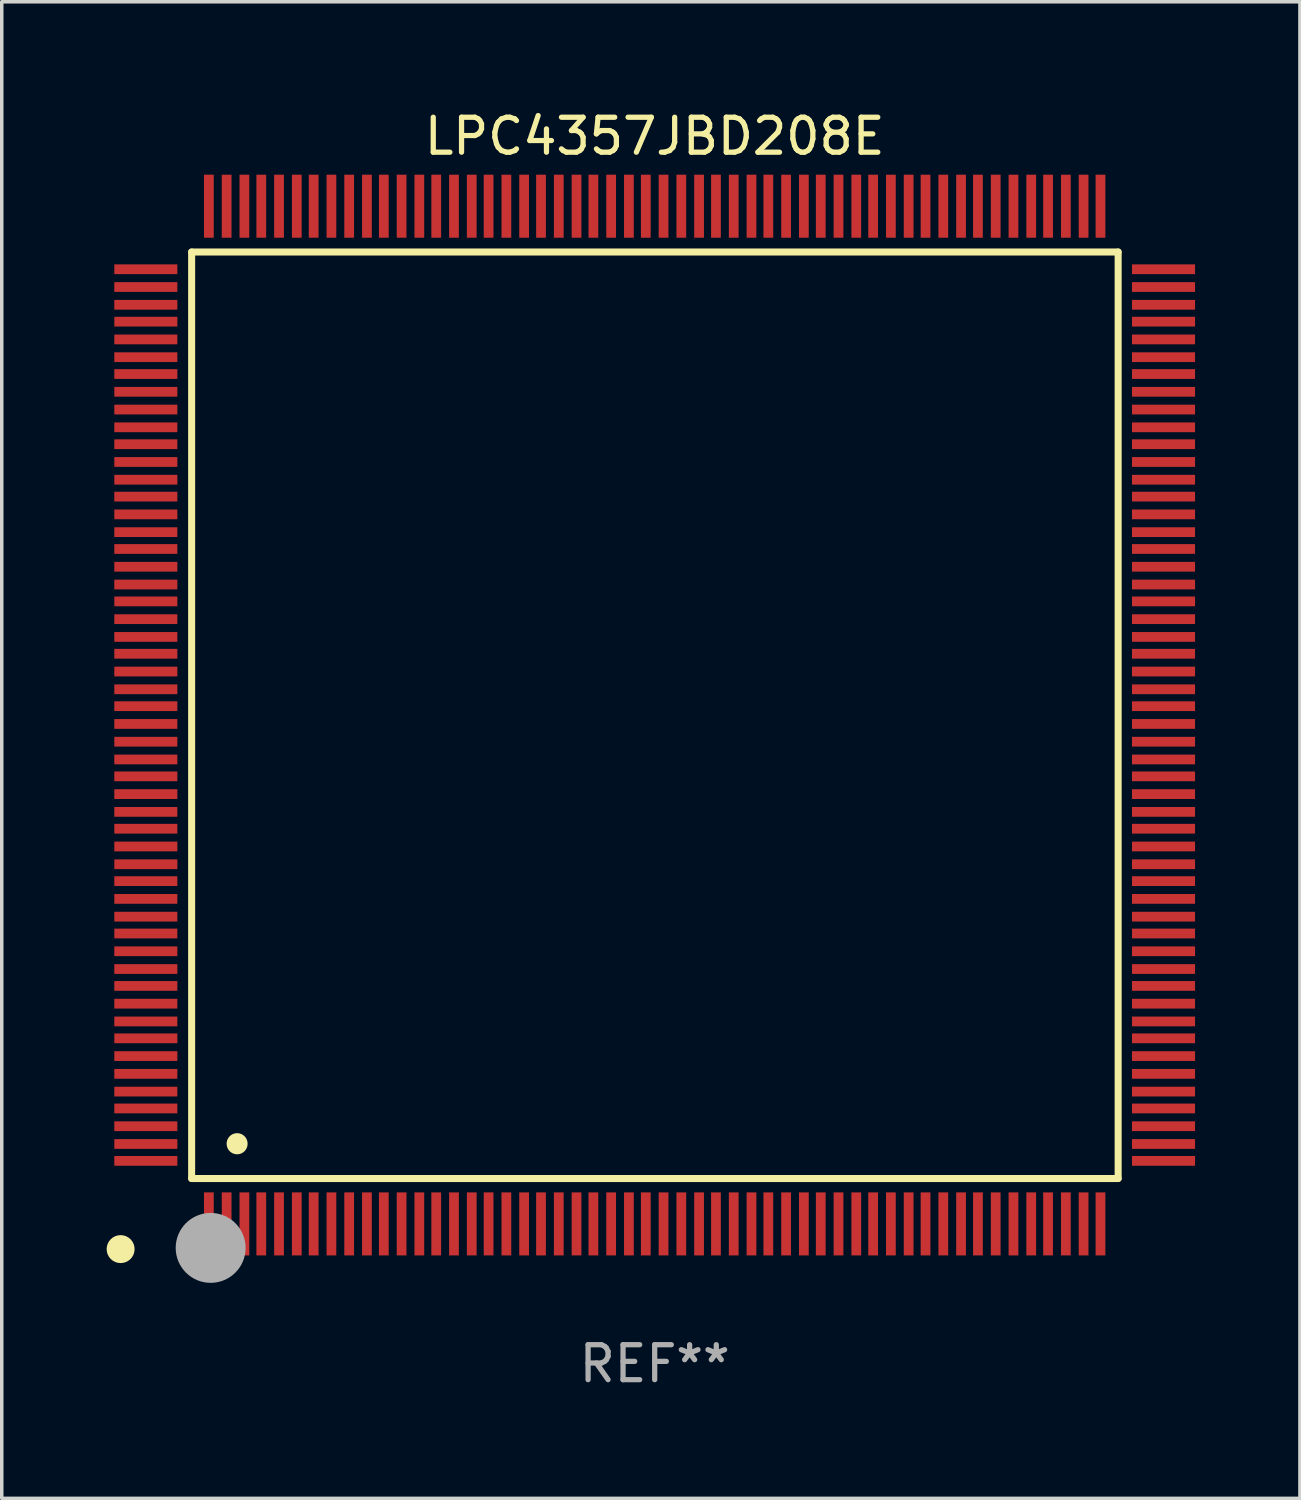
<source format=kicad_pcb>
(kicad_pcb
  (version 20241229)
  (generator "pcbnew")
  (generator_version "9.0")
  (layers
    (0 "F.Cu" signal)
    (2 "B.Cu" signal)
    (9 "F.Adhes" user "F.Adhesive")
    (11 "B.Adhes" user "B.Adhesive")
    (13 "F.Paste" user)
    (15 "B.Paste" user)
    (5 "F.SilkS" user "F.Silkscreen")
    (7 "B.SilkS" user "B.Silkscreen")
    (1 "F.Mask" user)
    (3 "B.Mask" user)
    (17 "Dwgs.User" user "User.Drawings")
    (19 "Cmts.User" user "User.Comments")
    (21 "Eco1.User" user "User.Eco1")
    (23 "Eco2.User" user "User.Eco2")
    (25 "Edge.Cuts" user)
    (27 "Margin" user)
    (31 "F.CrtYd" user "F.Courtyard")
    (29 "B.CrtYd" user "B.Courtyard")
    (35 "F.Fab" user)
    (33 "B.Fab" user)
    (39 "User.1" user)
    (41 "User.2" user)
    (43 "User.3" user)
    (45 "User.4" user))
  (footprint "LPC4357JBD208E"
    (layer "F.Cu")
    (at 15.675 17.402)
    (property "Reference" "LPC4357JBD208E" (at 0 -16.554 0) (layer "F.SilkS") (effects (font (size 1 1) (thickness 0.15))))
    (attr through_hole)
    (fp_line (start -13.244 -13.244) (end -13.244 13.256) (stroke (width 0.201) (type solid)) (layer "F.SilkS"))
    (fp_line (start -13.244 13.256) (end 13.256 13.256) (stroke (width 0.201) (type solid)) (layer "F.SilkS"))
    (fp_line (start 13.256 -13.244) (end -13.244 -13.244) (stroke (width 0.201) (type solid)) (layer "F.SilkS"))
    (fp_line (start 13.256 13.256) (end 13.256 -13.244) (stroke (width 0.201) (type solid)) (layer "F.SilkS"))
    (fp_arc (start -13.268987 14.90983) (mid -13.268992 14.90856) (end -13.268987 14.90729) (stroke (width 0.299721) (type solid)) (layer "F.SilkS"))
    (fp_arc (start -11.943104 12.263145) (mid -11.943115 12.260605) (end -11.943104 12.258065) (stroke (width 0.599441) (type solid)) (layer "F.SilkS"))
    (fp_circle (center -15.275 15.275) (end -15.075 15.275) (stroke (width 0.4) (type solid)) (fill no) (layer "F.SilkS"))
    (fp_circle (center -12.7 15.24) (end -12.2 15.24) (stroke (width 1) (type solid)) (fill no) (layer "F.Fab"))
    (fp_text user "REF**" (at 0 18.554 0) (layer "F.Fab") (effects (font (size 1 1) (thickness 0.15))))
    (pad "1" smd rect (at -12.751 14.554 180) (size 0.279 1.803) (layers "F.Cu" "F.Mask" "F.Paste"))
    (pad "2" smd rect (at -12.243 14.554 180) (size 0.279 1.803) (layers "F.Cu" "F.Mask" "F.Paste"))
    (pad "3" smd rect (at -11.735 14.554 180) (size 0.279 1.803) (layers "F.Cu" "F.Mask" "F.Paste"))
    (pad "4" smd rect (at -11.252 14.554 180) (size 0.279 1.803) (layers "F.Cu" "F.Mask" "F.Paste"))
    (pad "5" smd rect (at -10.744 14.554 180) (size 0.279 1.803) (layers "F.Cu" "F.Mask" "F.Paste"))
    (pad "6" smd rect (at -10.236 14.554 180) (size 0.279 1.803) (layers "F.Cu" "F.Mask" "F.Paste"))
    (pad "7" smd rect (at -9.754 14.554 180) (size 0.279 1.803) (layers "F.Cu" "F.Mask" "F.Paste"))
    (pad "8" smd rect (at -9.246 14.554 180) (size 0.279 1.803) (layers "F.Cu" "F.Mask" "F.Paste"))
    (pad "9" smd rect (at -8.738 14.554 180) (size 0.279 1.803) (layers "F.Cu" "F.Mask" "F.Paste"))
    (pad "10" smd rect (at -8.23 14.554 180) (size 0.279 1.803) (layers "F.Cu" "F.Mask" "F.Paste"))
    (pad "11" smd rect (at -7.747 14.554 180) (size 0.279 1.803) (layers "F.Cu" "F.Mask" "F.Paste"))
    (pad "12" smd rect (at -7.239 14.554 180) (size 0.279 1.803) (layers "F.Cu" "F.Mask" "F.Paste"))
    (pad "13" smd rect (at -6.731 14.554 180) (size 0.279 1.803) (layers "F.Cu" "F.Mask" "F.Paste"))
    (pad "14" smd rect (at -6.248 14.554 180) (size 0.279 1.803) (layers "F.Cu" "F.Mask" "F.Paste"))
    (pad "15" smd rect (at -5.74 14.554 180) (size 0.279 1.803) (layers "F.Cu" "F.Mask" "F.Paste"))
    (pad "16" smd rect (at -5.232 14.554 180) (size 0.279 1.803) (layers "F.Cu" "F.Mask" "F.Paste"))
    (pad "17" smd rect (at -4.75 14.554 180) (size 0.279 1.803) (layers "F.Cu" "F.Mask" "F.Paste"))
    (pad "18" smd rect (at -4.242 14.554 180) (size 0.279 1.803) (layers "F.Cu" "F.Mask" "F.Paste"))
    (pad "19" smd rect (at -3.734 14.554 180) (size 0.279 1.803) (layers "F.Cu" "F.Mask" "F.Paste"))
    (pad "20" smd rect (at -3.251 14.554 180) (size 0.279 1.803) (layers "F.Cu" "F.Mask" "F.Paste"))
    (pad "21" smd rect (at -2.743 14.554 180) (size 0.279 1.803) (layers "F.Cu" "F.Mask" "F.Paste"))
    (pad "22" smd rect (at -2.235 14.554 180) (size 0.279 1.803) (layers "F.Cu" "F.Mask" "F.Paste"))
    (pad "23" smd rect (at -1.753 14.554 180) (size 0.279 1.803) (layers "F.Cu" "F.Mask" "F.Paste"))
    (pad "24" smd rect (at -1.245 14.554 180) (size 0.279 1.803) (layers "F.Cu" "F.Mask" "F.Paste"))
    (pad "25" smd rect (at -0.737 14.554 180) (size 0.279 1.803) (layers "F.Cu" "F.Mask" "F.Paste"))
    (pad "26" smd rect (at -0.254 14.554 180) (size 0.279 1.803) (layers "F.Cu" "F.Mask" "F.Paste"))
    (pad "27" smd rect (at 0.254 14.554 180) (size 0.279 1.803) (layers "F.Cu" "F.Mask" "F.Paste"))
    (pad "28" smd rect (at 0.762 14.554 180) (size 0.279 1.803) (layers "F.Cu" "F.Mask" "F.Paste"))
    (pad "29" smd rect (at 1.27 14.554 180) (size 0.279 1.803) (layers "F.Cu" "F.Mask" "F.Paste"))
    (pad "30" smd rect (at 1.753 14.554 180) (size 0.279 1.803) (layers "F.Cu" "F.Mask" "F.Paste"))
    (pad "31" smd rect (at 2.261 14.554 180) (size 0.279 1.803) (layers "F.Cu" "F.Mask" "F.Paste"))
    (pad "32" smd rect (at 2.769 14.554 180) (size 0.279 1.803) (layers "F.Cu" "F.Mask" "F.Paste"))
    (pad "33" smd rect (at 3.251 14.554 180) (size 0.279 1.803) (layers "F.Cu" "F.Mask" "F.Paste"))
    (pad "34" smd rect (at 3.759 14.554 180) (size 0.279 1.803) (layers "F.Cu" "F.Mask" "F.Paste"))
    (pad "35" smd rect (at 4.267 14.554 180) (size 0.279 1.803) (layers "F.Cu" "F.Mask" "F.Paste"))
    (pad "36" smd rect (at 4.75 14.554 180) (size 0.279 1.803) (layers "F.Cu" "F.Mask" "F.Paste"))
    (pad "37" smd rect (at 5.258 14.554 180) (size 0.279 1.803) (layers "F.Cu" "F.Mask" "F.Paste"))
    (pad "38" smd rect (at 5.766 14.554 180) (size 0.279 1.803) (layers "F.Cu" "F.Mask" "F.Paste"))
    (pad "39" smd rect (at 6.248 14.554 180) (size 0.279 1.803) (layers "F.Cu" "F.Mask" "F.Paste"))
    (pad "40" smd rect (at 6.756 14.554 180) (size 0.279 1.803) (layers "F.Cu" "F.Mask" "F.Paste"))
    (pad "41" smd rect (at 7.264 14.554 180) (size 0.279 1.803) (layers "F.Cu" "F.Mask" "F.Paste"))
    (pad "42" smd rect (at 7.747 14.554 180) (size 0.279 1.803) (layers "F.Cu" "F.Mask" "F.Paste"))
    (pad "43" smd rect (at 8.255 14.554 180) (size 0.279 1.803) (layers "F.Cu" "F.Mask" "F.Paste"))
    (pad "44" smd rect (at 8.763 14.554 180) (size 0.279 1.803) (layers "F.Cu" "F.Mask" "F.Paste"))
    (pad "45" smd rect (at 9.246 14.554 180) (size 0.279 1.803) (layers "F.Cu" "F.Mask" "F.Paste"))
    (pad "46" smd rect (at 9.754 14.554 180) (size 0.279 1.803) (layers "F.Cu" "F.Mask" "F.Paste"))
    (pad "47" smd rect (at 10.262 14.554 180) (size 0.279 1.803) (layers "F.Cu" "F.Mask" "F.Paste"))
    (pad "48" smd rect (at 10.77 14.554 180) (size 0.279 1.803) (layers "F.Cu" "F.Mask" "F.Paste"))
    (pad "49" smd rect (at 11.252 14.554 180) (size 0.279 1.803) (layers "F.Cu" "F.Mask" "F.Paste"))
    (pad "50" smd rect (at 11.76 14.554 180) (size 0.279 1.803) (layers "F.Cu" "F.Mask" "F.Paste"))
    (pad "51" smd rect (at 12.268 14.554 180) (size 0.279 1.803) (layers "F.Cu" "F.Mask" "F.Paste"))
    (pad "52" smd rect (at 12.751 14.554 180) (size 0.279 1.803) (layers "F.Cu" "F.Mask" "F.Paste"))
    (pad "53" smd rect (at 14.554 12.751 90) (size 0.279 1.803) (layers "F.Cu" "F.Mask" "F.Paste"))
    (pad "54" smd rect (at 14.554 12.268 90) (size 0.279 1.803) (layers "F.Cu" "F.Mask" "F.Paste"))
    (pad "55" smd rect (at 14.554 11.76 90) (size 0.279 1.803) (layers "F.Cu" "F.Mask" "F.Paste"))
    (pad "56" smd rect (at 14.554 11.252 90) (size 0.279 1.803) (layers "F.Cu" "F.Mask" "F.Paste"))
    (pad "57" smd rect (at 14.554 10.77 90) (size 0.279 1.803) (layers "F.Cu" "F.Mask" "F.Paste"))
    (pad "58" smd rect (at 14.554 10.262 90) (size 0.279 1.803) (layers "F.Cu" "F.Mask" "F.Paste"))
    (pad "59" smd rect (at 14.554 9.754 90) (size 0.279 1.803) (layers "F.Cu" "F.Mask" "F.Paste"))
    (pad "60" smd rect (at 14.554 9.246 90) (size 0.279 1.803) (layers "F.Cu" "F.Mask" "F.Paste"))
    (pad "61" smd rect (at 14.554 8.763 90) (size 0.279 1.803) (layers "F.Cu" "F.Mask" "F.Paste"))
    (pad "62" smd rect (at 14.554 8.255 90) (size 0.279 1.803) (layers "F.Cu" "F.Mask" "F.Paste"))
    (pad "63" smd rect (at 14.554 7.747 90) (size 0.279 1.803) (layers "F.Cu" "F.Mask" "F.Paste"))
    (pad "64" smd rect (at 14.554 7.264 90) (size 0.279 1.803) (layers "F.Cu" "F.Mask" "F.Paste"))
    (pad "65" smd rect (at 14.554 6.756 90) (size 0.279 1.803) (layers "F.Cu" "F.Mask" "F.Paste"))
    (pad "66" smd rect (at 14.554 6.248 90) (size 0.279 1.803) (layers "F.Cu" "F.Mask" "F.Paste"))
    (pad "67" smd rect (at 14.554 5.766 90) (size 0.279 1.803) (layers "F.Cu" "F.Mask" "F.Paste"))
    (pad "68" smd rect (at 14.554 5.258 90) (size 0.279 1.803) (layers "F.Cu" "F.Mask" "F.Paste"))
    (pad "69" smd rect (at 14.554 4.75 90) (size 0.279 1.803) (layers "F.Cu" "F.Mask" "F.Paste"))
    (pad "70" smd rect (at 14.554 4.267 90) (size 0.279 1.803) (layers "F.Cu" "F.Mask" "F.Paste"))
    (pad "71" smd rect (at 14.554 3.759 90) (size 0.279 1.803) (layers "F.Cu" "F.Mask" "F.Paste"))
    (pad "72" smd rect (at 14.554 3.251 90) (size 0.279 1.803) (layers "F.Cu" "F.Mask" "F.Paste"))
    (pad "73" smd rect (at 14.554 2.769 90) (size 0.279 1.803) (layers "F.Cu" "F.Mask" "F.Paste"))
    (pad "74" smd rect (at 14.554 2.261 90) (size 0.279 1.803) (layers "F.Cu" "F.Mask" "F.Paste"))
    (pad "75" smd rect (at 14.554 1.753 90) (size 0.279 1.803) (layers "F.Cu" "F.Mask" "F.Paste"))
    (pad "76" smd rect (at 14.554 1.27 90) (size 0.279 1.803) (layers "F.Cu" "F.Mask" "F.Paste"))
    (pad "77" smd rect (at 14.554 0.762 90) (size 0.279 1.803) (layers "F.Cu" "F.Mask" "F.Paste"))
    (pad "78" smd rect (at 14.554 0.254 90) (size 0.279 1.803) (layers "F.Cu" "F.Mask" "F.Paste"))
    (pad "79" smd rect (at 14.554 -0.254 90) (size 0.279 1.803) (layers "F.Cu" "F.Mask" "F.Paste"))
    (pad "80" smd rect (at 14.554 -0.737 90) (size 0.279 1.803) (layers "F.Cu" "F.Mask" "F.Paste"))
    (pad "81" smd rect (at 14.554 -1.245 90) (size 0.279 1.803) (layers "F.Cu" "F.Mask" "F.Paste"))
    (pad "82" smd rect (at 14.554 -1.753 90) (size 0.279 1.803) (layers "F.Cu" "F.Mask" "F.Paste"))
    (pad "83" smd rect (at 14.554 -2.235 90) (size 0.279 1.803) (layers "F.Cu" "F.Mask" "F.Paste"))
    (pad "84" smd rect (at 14.554 -2.743 90) (size 0.279 1.803) (layers "F.Cu" "F.Mask" "F.Paste"))
    (pad "85" smd rect (at 14.554 -3.251 90) (size 0.279 1.803) (layers "F.Cu" "F.Mask" "F.Paste"))
    (pad "86" smd rect (at 14.554 -3.734 90) (size 0.279 1.803) (layers "F.Cu" "F.Mask" "F.Paste"))
    (pad "87" smd rect (at 14.554 -4.242 90) (size 0.279 1.803) (layers "F.Cu" "F.Mask" "F.Paste"))
    (pad "88" smd rect (at 14.554 -4.75 90) (size 0.279 1.803) (layers "F.Cu" "F.Mask" "F.Paste"))
    (pad "89" smd rect (at 14.554 -5.232 90) (size 0.279 1.803) (layers "F.Cu" "F.Mask" "F.Paste"))
    (pad "90" smd rect (at 14.554 -5.74 90) (size 0.279 1.803) (layers "F.Cu" "F.Mask" "F.Paste"))
    (pad "91" smd rect (at 14.554 -6.248 90) (size 0.279 1.803) (layers "F.Cu" "F.Mask" "F.Paste"))
    (pad "92" smd rect (at 14.554 -6.731 90) (size 0.279 1.803) (layers "F.Cu" "F.Mask" "F.Paste"))
    (pad "93" smd rect (at 14.554 -7.239 90) (size 0.279 1.803) (layers "F.Cu" "F.Mask" "F.Paste"))
    (pad "94" smd rect (at 14.554 -7.747 90) (size 0.279 1.803) (layers "F.Cu" "F.Mask" "F.Paste"))
    (pad "95" smd rect (at 14.554 -8.23 90) (size 0.279 1.803) (layers "F.Cu" "F.Mask" "F.Paste"))
    (pad "96" smd rect (at 14.554 -8.738 90) (size 0.279 1.803) (layers "F.Cu" "F.Mask" "F.Paste"))
    (pad "97" smd rect (at 14.554 -9.246 90) (size 0.279 1.803) (layers "F.Cu" "F.Mask" "F.Paste"))
    (pad "98" smd rect (at 14.554 -9.754 90) (size 0.279 1.803) (layers "F.Cu" "F.Mask" "F.Paste"))
    (pad "99" smd rect (at 14.554 -10.236 90) (size 0.279 1.803) (layers "F.Cu" "F.Mask" "F.Paste"))
    (pad "100" smd rect (at 14.554 -10.744 90) (size 0.279 1.803) (layers "F.Cu" "F.Mask" "F.Paste"))
    (pad "101" smd rect (at 14.554 -11.252 90) (size 0.279 1.803) (layers "F.Cu" "F.Mask" "F.Paste"))
    (pad "102" smd rect (at 14.554 -11.735 90) (size 0.279 1.803) (layers "F.Cu" "F.Mask" "F.Paste"))
    (pad "103" smd rect (at 14.554 -12.243 90) (size 0.279 1.803) (layers "F.Cu" "F.Mask" "F.Paste"))
    (pad "104" smd rect (at 14.554 -12.751 90) (size 0.279 1.803) (layers "F.Cu" "F.Mask" "F.Paste"))
    (pad "105" smd rect (at 12.751 -14.554 180) (size 0.279 1.803) (layers "F.Cu" "F.Mask" "F.Paste"))
    (pad "106" smd rect (at 12.268 -14.554 180) (size 0.279 1.803) (layers "F.Cu" "F.Mask" "F.Paste"))
    (pad "107" smd rect (at 11.76 -14.554 180) (size 0.279 1.803) (layers "F.Cu" "F.Mask" "F.Paste"))
    (pad "108" smd rect (at 11.252 -14.554 180) (size 0.279 1.803) (layers "F.Cu" "F.Mask" "F.Paste"))
    (pad "109" smd rect (at 10.77 -14.554 180) (size 0.279 1.803) (layers "F.Cu" "F.Mask" "F.Paste"))
    (pad "110" smd rect (at 10.262 -14.554 180) (size 0.279 1.803) (layers "F.Cu" "F.Mask" "F.Paste"))
    (pad "111" smd rect (at 9.754 -14.554 180) (size 0.279 1.803) (layers "F.Cu" "F.Mask" "F.Paste"))
    (pad "112" smd rect (at 9.246 -14.554 180) (size 0.279 1.803) (layers "F.Cu" "F.Mask" "F.Paste"))
    (pad "113" smd rect (at 8.763 -14.554 180) (size 0.279 1.803) (layers "F.Cu" "F.Mask" "F.Paste"))
    (pad "114" smd rect (at 8.255 -14.554 180) (size 0.279 1.803) (layers "F.Cu" "F.Mask" "F.Paste"))
    (pad "115" smd rect (at 7.747 -14.554 180) (size 0.279 1.803) (layers "F.Cu" "F.Mask" "F.Paste"))
    (pad "116" smd rect (at 7.264 -14.554 180) (size 0.279 1.803) (layers "F.Cu" "F.Mask" "F.Paste"))
    (pad "117" smd rect (at 6.756 -14.554 180) (size 0.279 1.803) (layers "F.Cu" "F.Mask" "F.Paste"))
    (pad "118" smd rect (at 6.248 -14.554 180) (size 0.279 1.803) (layers "F.Cu" "F.Mask" "F.Paste"))
    (pad "119" smd rect (at 5.766 -14.554 180) (size 0.279 1.803) (layers "F.Cu" "F.Mask" "F.Paste"))
    (pad "120" smd rect (at 5.258 -14.554 180) (size 0.279 1.803) (layers "F.Cu" "F.Mask" "F.Paste"))
    (pad "121" smd rect (at 4.75 -14.554 180) (size 0.279 1.803) (layers "F.Cu" "F.Mask" "F.Paste"))
    (pad "122" smd rect (at 4.267 -14.554 180) (size 0.279 1.803) (layers "F.Cu" "F.Mask" "F.Paste"))
    (pad "123" smd rect (at 3.759 -14.554 180) (size 0.279 1.803) (layers "F.Cu" "F.Mask" "F.Paste"))
    (pad "124" smd rect (at 3.251 -14.554 180) (size 0.279 1.803) (layers "F.Cu" "F.Mask" "F.Paste"))
    (pad "125" smd rect (at 2.769 -14.554 180) (size 0.279 1.803) (layers "F.Cu" "F.Mask" "F.Paste"))
    (pad "126" smd rect (at 2.261 -14.554 180) (size 0.279 1.803) (layers "F.Cu" "F.Mask" "F.Paste"))
    (pad "127" smd rect (at 1.753 -14.554 180) (size 0.279 1.803) (layers "F.Cu" "F.Mask" "F.Paste"))
    (pad "128" smd rect (at 1.27 -14.554 180) (size 0.279 1.803) (layers "F.Cu" "F.Mask" "F.Paste"))
    (pad "129" smd rect (at 0.762 -14.554 180) (size 0.279 1.803) (layers "F.Cu" "F.Mask" "F.Paste"))
    (pad "130" smd rect (at 0.254 -14.554 180) (size 0.279 1.803) (layers "F.Cu" "F.Mask" "F.Paste"))
    (pad "131" smd rect (at -0.254 -14.554 180) (size 0.279 1.803) (layers "F.Cu" "F.Mask" "F.Paste"))
    (pad "132" smd rect (at -0.737 -14.554 180) (size 0.279 1.803) (layers "F.Cu" "F.Mask" "F.Paste"))
    (pad "133" smd rect (at -1.245 -14.554 180) (size 0.279 1.803) (layers "F.Cu" "F.Mask" "F.Paste"))
    (pad "134" smd rect (at -1.753 -14.554 180) (size 0.279 1.803) (layers "F.Cu" "F.Mask" "F.Paste"))
    (pad "135" smd rect (at -2.235 -14.554 180) (size 0.279 1.803) (layers "F.Cu" "F.Mask" "F.Paste"))
    (pad "136" smd rect (at -2.743 -14.554 180) (size 0.279 1.803) (layers "F.Cu" "F.Mask" "F.Paste"))
    (pad "137" smd rect (at -3.251 -14.554 180) (size 0.279 1.803) (layers "F.Cu" "F.Mask" "F.Paste"))
    (pad "138" smd rect (at -3.734 -14.554 180) (size 0.279 1.803) (layers "F.Cu" "F.Mask" "F.Paste"))
    (pad "139" smd rect (at -4.242 -14.554 180) (size 0.279 1.803) (layers "F.Cu" "F.Mask" "F.Paste"))
    (pad "140" smd rect (at -4.75 -14.554 180) (size 0.279 1.803) (layers "F.Cu" "F.Mask" "F.Paste"))
    (pad "141" smd rect (at -5.232 -14.554 180) (size 0.279 1.803) (layers "F.Cu" "F.Mask" "F.Paste"))
    (pad "142" smd rect (at -5.74 -14.554 180) (size 0.279 1.803) (layers "F.Cu" "F.Mask" "F.Paste"))
    (pad "143" smd rect (at -6.248 -14.554 180) (size 0.279 1.803) (layers "F.Cu" "F.Mask" "F.Paste"))
    (pad "144" smd rect (at -6.731 -14.554 180) (size 0.279 1.803) (layers "F.Cu" "F.Mask" "F.Paste"))
    (pad "145" smd rect (at -7.239 -14.554 180) (size 0.279 1.803) (layers "F.Cu" "F.Mask" "F.Paste"))
    (pad "146" smd rect (at -7.747 -14.554 180) (size 0.279 1.803) (layers "F.Cu" "F.Mask" "F.Paste"))
    (pad "147" smd rect (at -8.23 -14.554 180) (size 0.279 1.803) (layers "F.Cu" "F.Mask" "F.Paste"))
    (pad "148" smd rect (at -8.738 -14.554 180) (size 0.279 1.803) (layers "F.Cu" "F.Mask" "F.Paste"))
    (pad "149" smd rect (at -9.246 -14.554 180) (size 0.279 1.803) (layers "F.Cu" "F.Mask" "F.Paste"))
    (pad "150" smd rect (at -9.754 -14.554 180) (size 0.279 1.803) (layers "F.Cu" "F.Mask" "F.Paste"))
    (pad "151" smd rect (at -10.236 -14.554 180) (size 0.279 1.803) (layers "F.Cu" "F.Mask" "F.Paste"))
    (pad "152" smd rect (at -10.744 -14.554 180) (size 0.279 1.803) (layers "F.Cu" "F.Mask" "F.Paste"))
    (pad "153" smd rect (at -11.252 -14.554 180) (size 0.279 1.803) (layers "F.Cu" "F.Mask" "F.Paste"))
    (pad "154" smd rect (at -11.735 -14.554 180) (size 0.279 1.803) (layers "F.Cu" "F.Mask" "F.Paste"))
    (pad "155" smd rect (at -12.243 -14.554 180) (size 0.279 1.803) (layers "F.Cu" "F.Mask" "F.Paste"))
    (pad "156" smd rect (at -12.751 -14.554 180) (size 0.279 1.803) (layers "F.Cu" "F.Mask" "F.Paste"))
    (pad "157" smd rect (at -14.554 -12.751 90) (size 0.279 1.803) (layers "F.Cu" "F.Mask" "F.Paste"))
    (pad "158" smd rect (at -14.554 -12.243 90) (size 0.279 1.803) (layers "F.Cu" "F.Mask" "F.Paste"))
    (pad "159" smd rect (at -14.554 -11.735 90) (size 0.279 1.803) (layers "F.Cu" "F.Mask" "F.Paste"))
    (pad "160" smd rect (at -14.554 -11.252 90) (size 0.279 1.803) (layers "F.Cu" "F.Mask" "F.Paste"))
    (pad "161" smd rect (at -14.554 -10.744 90) (size 0.279 1.803) (layers "F.Cu" "F.Mask" "F.Paste"))
    (pad "162" smd rect (at -14.554 -10.236 90) (size 0.279 1.803) (layers "F.Cu" "F.Mask" "F.Paste"))
    (pad "163" smd rect (at -14.554 -9.754 90) (size 0.279 1.803) (layers "F.Cu" "F.Mask" "F.Paste"))
    (pad "164" smd rect (at -14.554 -9.246 90) (size 0.279 1.803) (layers "F.Cu" "F.Mask" "F.Paste"))
    (pad "165" smd rect (at -14.554 -8.738 90) (size 0.279 1.803) (layers "F.Cu" "F.Mask" "F.Paste"))
    (pad "166" smd rect (at -14.554 -8.23 90) (size 0.279 1.803) (layers "F.Cu" "F.Mask" "F.Paste"))
    (pad "167" smd rect (at -14.554 -7.747 90) (size 0.279 1.803) (layers "F.Cu" "F.Mask" "F.Paste"))
    (pad "168" smd rect (at -14.554 -7.239 90) (size 0.279 1.803) (layers "F.Cu" "F.Mask" "F.Paste"))
    (pad "169" smd rect (at -14.554 -6.731 90) (size 0.279 1.803) (layers "F.Cu" "F.Mask" "F.Paste"))
    (pad "170" smd rect (at -14.554 -6.248 90) (size 0.279 1.803) (layers "F.Cu" "F.Mask" "F.Paste"))
    (pad "171" smd rect (at -14.554 -5.74 90) (size 0.279 1.803) (layers "F.Cu" "F.Mask" "F.Paste"))
    (pad "172" smd rect (at -14.554 -5.232 90) (size 0.279 1.803) (layers "F.Cu" "F.Mask" "F.Paste"))
    (pad "173" smd rect (at -14.554 -4.75 90) (size 0.279 1.803) (layers "F.Cu" "F.Mask" "F.Paste"))
    (pad "174" smd rect (at -14.554 -4.242 90) (size 0.279 1.803) (layers "F.Cu" "F.Mask" "F.Paste"))
    (pad "175" smd rect (at -14.554 -3.734 90) (size 0.279 1.803) (layers "F.Cu" "F.Mask" "F.Paste"))
    (pad "176" smd rect (at -14.554 -3.251 90) (size 0.279 1.803) (layers "F.Cu" "F.Mask" "F.Paste"))
    (pad "177" smd rect (at -14.554 -2.743 90) (size 0.279 1.803) (layers "F.Cu" "F.Mask" "F.Paste"))
    (pad "178" smd rect (at -14.554 -2.235 90) (size 0.279 1.803) (layers "F.Cu" "F.Mask" "F.Paste"))
    (pad "179" smd rect (at -14.554 -1.753 90) (size 0.279 1.803) (layers "F.Cu" "F.Mask" "F.Paste"))
    (pad "180" smd rect (at -14.554 -1.245 90) (size 0.279 1.803) (layers "F.Cu" "F.Mask" "F.Paste"))
    (pad "181" smd rect (at -14.554 -0.737 90) (size 0.279 1.803) (layers "F.Cu" "F.Mask" "F.Paste"))
    (pad "182" smd rect (at -14.554 -0.254 90) (size 0.279 1.803) (layers "F.Cu" "F.Mask" "F.Paste"))
    (pad "183" smd rect (at -14.554 0.254 90) (size 0.279 1.803) (layers "F.Cu" "F.Mask" "F.Paste"))
    (pad "184" smd rect (at -14.554 0.762 90) (size 0.279 1.803) (layers "F.Cu" "F.Mask" "F.Paste"))
    (pad "185" smd rect (at -14.554 1.27 90) (size 0.279 1.803) (layers "F.Cu" "F.Mask" "F.Paste"))
    (pad "186" smd rect (at -14.554 1.753 90) (size 0.279 1.803) (layers "F.Cu" "F.Mask" "F.Paste"))
    (pad "187" smd rect (at -14.554 2.261 90) (size 0.279 1.803) (layers "F.Cu" "F.Mask" "F.Paste"))
    (pad "188" smd rect (at -14.554 2.769 90) (size 0.279 1.803) (layers "F.Cu" "F.Mask" "F.Paste"))
    (pad "189" smd rect (at -14.554 3.251 90) (size 0.279 1.803) (layers "F.Cu" "F.Mask" "F.Paste"))
    (pad "190" smd rect (at -14.554 3.759 90) (size 0.279 1.803) (layers "F.Cu" "F.Mask" "F.Paste"))
    (pad "191" smd rect (at -14.554 4.267 90) (size 0.279 1.803) (layers "F.Cu" "F.Mask" "F.Paste"))
    (pad "192" smd rect (at -14.554 4.75 90) (size 0.279 1.803) (layers "F.Cu" "F.Mask" "F.Paste"))
    (pad "193" smd rect (at -14.554 5.258 90) (size 0.279 1.803) (layers "F.Cu" "F.Mask" "F.Paste"))
    (pad "194" smd rect (at -14.554 5.766 90) (size 0.279 1.803) (layers "F.Cu" "F.Mask" "F.Paste"))
    (pad "195" smd rect (at -14.554 6.248 90) (size 0.279 1.803) (layers "F.Cu" "F.Mask" "F.Paste"))
    (pad "196" smd rect (at -14.554 6.756 90) (size 0.279 1.803) (layers "F.Cu" "F.Mask" "F.Paste"))
    (pad "197" smd rect (at -14.554 7.264 90) (size 0.279 1.803) (layers "F.Cu" "F.Mask" "F.Paste"))
    (pad "198" smd rect (at -14.554 7.747 90) (size 0.279 1.803) (layers "F.Cu" "F.Mask" "F.Paste"))
    (pad "199" smd rect (at -14.554 8.255 90) (size 0.279 1.803) (layers "F.Cu" "F.Mask" "F.Paste"))
    (pad "200" smd rect (at -14.554 8.763 90) (size 0.279 1.803) (layers "F.Cu" "F.Mask" "F.Paste"))
    (pad "201" smd rect (at -14.554 9.246 90) (size 0.279 1.803) (layers "F.Cu" "F.Mask" "F.Paste"))
    (pad "202" smd rect (at -14.554 9.754 90) (size 0.279 1.803) (layers "F.Cu" "F.Mask" "F.Paste"))
    (pad "203" smd rect (at -14.554 10.262 90) (size 0.279 1.803) (layers "F.Cu" "F.Mask" "F.Paste"))
    (pad "204" smd rect (at -14.554 10.77 90) (size 0.279 1.803) (layers "F.Cu" "F.Mask" "F.Paste"))
    (pad "205" smd rect (at -14.554 11.252 90) (size 0.279 1.803) (layers "F.Cu" "F.Mask" "F.Paste"))
    (pad "206" smd rect (at -14.554 11.76 90) (size 0.279 1.803) (layers "F.Cu" "F.Mask" "F.Paste"))
    (pad "207" smd rect (at -14.554 12.268 90) (size 0.279 1.803) (layers "F.Cu" "F.Mask" "F.Paste"))
    (pad "208" smd rect (at -14.554 12.751 90) (size 0.279 1.803) (layers "F.Cu" "F.Mask" "F.Paste")))
  (gr_rect
    (start -3 -3)
    (end 34.131 39.805)
    (stroke (width 0.1) (type default))
    (fill no)
    (layer "Edge.Cuts")))
</source>
